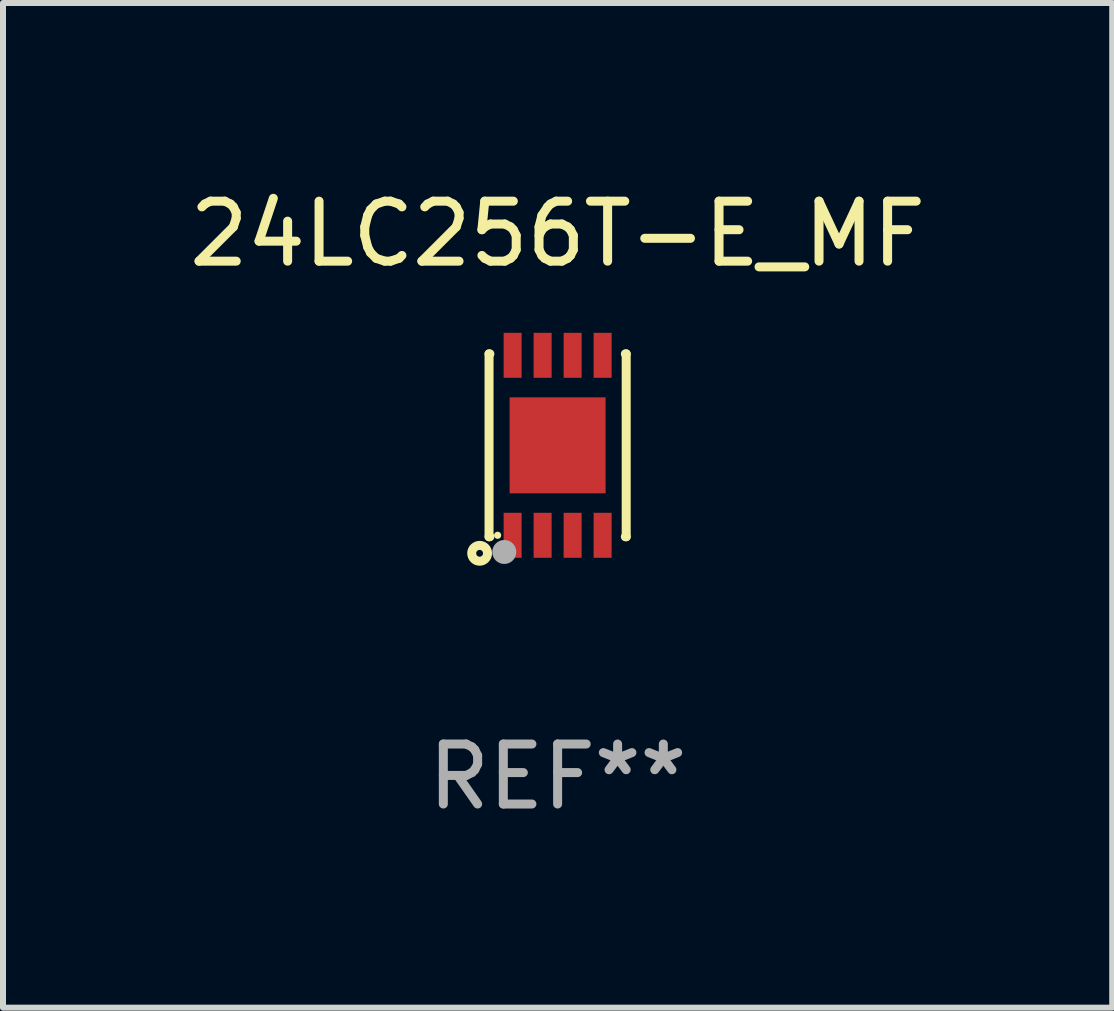
<source format=kicad_pcb>
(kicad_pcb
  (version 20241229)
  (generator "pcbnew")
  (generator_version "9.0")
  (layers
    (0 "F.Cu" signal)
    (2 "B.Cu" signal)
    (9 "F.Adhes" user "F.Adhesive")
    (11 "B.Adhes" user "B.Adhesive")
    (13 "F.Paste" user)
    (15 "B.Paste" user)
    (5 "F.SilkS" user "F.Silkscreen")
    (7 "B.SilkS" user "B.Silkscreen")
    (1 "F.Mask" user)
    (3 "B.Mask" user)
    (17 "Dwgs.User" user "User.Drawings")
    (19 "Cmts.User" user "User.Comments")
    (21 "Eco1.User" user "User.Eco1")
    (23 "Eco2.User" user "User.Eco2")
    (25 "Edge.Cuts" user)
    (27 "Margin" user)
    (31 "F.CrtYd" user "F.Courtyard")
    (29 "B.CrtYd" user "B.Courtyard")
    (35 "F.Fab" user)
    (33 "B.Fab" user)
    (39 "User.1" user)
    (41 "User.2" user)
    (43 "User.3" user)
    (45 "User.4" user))
  (footprint "24LC256T-E_MF"
    (layer "F.Cu")
    (at 6.244 4.372)
    (property "Reference" "24LC256T-E_MF" (at 0 -3.524 0) (layer "F.SilkS") (effects (font (size 1 1) (thickness 0.15))))
    (attr through_hole)
    (fp_line (start -1.143 -1.524) (end -1.143 1.524) (stroke (width 0.15) (type solid)) (layer "F.SilkS"))
    (fp_line (start -1.143 1.524) (end -1.129 1.524) (stroke (width 0.15) (type solid)) (layer "F.SilkS"))
    (fp_line (start -1.129 -1.524) (end -1.143 -1.524) (stroke (width 0.15) (type solid)) (layer "F.SilkS"))
    (fp_line (start 1.129 1.524) (end 1.143 1.524) (stroke (width 0.15) (type solid)) (layer "F.SilkS"))
    (fp_line (start 1.143 -1.524) (end 1.129 -1.524) (stroke (width 0.15) (type solid)) (layer "F.SilkS"))
    (fp_line (start 1.143 1.524) (end 1.143 -1.524) (stroke (width 0.15) (type solid)) (layer "F.SilkS"))
    (fp_circle (center -1.3 1.8) (end -1.243 1.8) (stroke (width 0.15) (type solid)) (fill no) (layer "F.SilkS"))
    (fp_circle (center -1 1.5) (end -0.97 1.5) (stroke (width 0.06) (type solid)) (fill no) (layer "F.SilkS"))
    (fp_circle (center -0.889 1.778) (end -0.789 1.778) (stroke (width 0.2) (type solid)) (fill no) (layer "F.Fab"))
    (fp_text user "REF**" (at 0 5.524 0) (layer "F.Fab") (effects (font (size 1 1) (thickness 0.15))))
    (pad "1" smd rect (at -0.75 1.5 90) (size 0.75 0.3) (layers "F.Cu" "F.Mask" "F.Paste"))
    (pad "2" smd rect (at -0.25 1.5 90) (size 0.75 0.3) (layers "F.Cu" "F.Mask" "F.Paste"))
    (pad "3" smd rect (at 0.25 1.5 90) (size 0.75 0.3) (layers "F.Cu" "F.Mask" "F.Paste"))
    (pad "4" smd rect (at 0.75 1.5 90) (size 0.75 0.3) (layers "F.Cu" "F.Mask" "F.Paste"))
    (pad "5" smd rect (at 0.75 -1.5 90) (size 0.75 0.3) (layers "F.Cu" "F.Mask" "F.Paste"))
    (pad "6" smd rect (at 0.25 -1.5 90) (size 0.75 0.3) (layers "F.Cu" "F.Mask" "F.Paste"))
    (pad "7" smd rect (at -0.25 -1.5 90) (size 0.75 0.3) (layers "F.Cu" "F.Mask" "F.Paste"))
    (pad "8" smd rect (at -0.75 -1.5 90) (size 0.75 0.3) (layers "F.Cu" "F.Mask" "F.Paste"))
    (pad "9" smd rect (at -0.000203 0.000457 90) (size 1.6 1.6) (layers "F.Cu" "F.Mask" "F.Paste")))
  (gr_rect
    (start -3 -3)
    (end 15.488 13.745)
    (stroke (width 0.1) (type default))
    (fill no)
    (layer "Edge.Cuts")))
</source>
